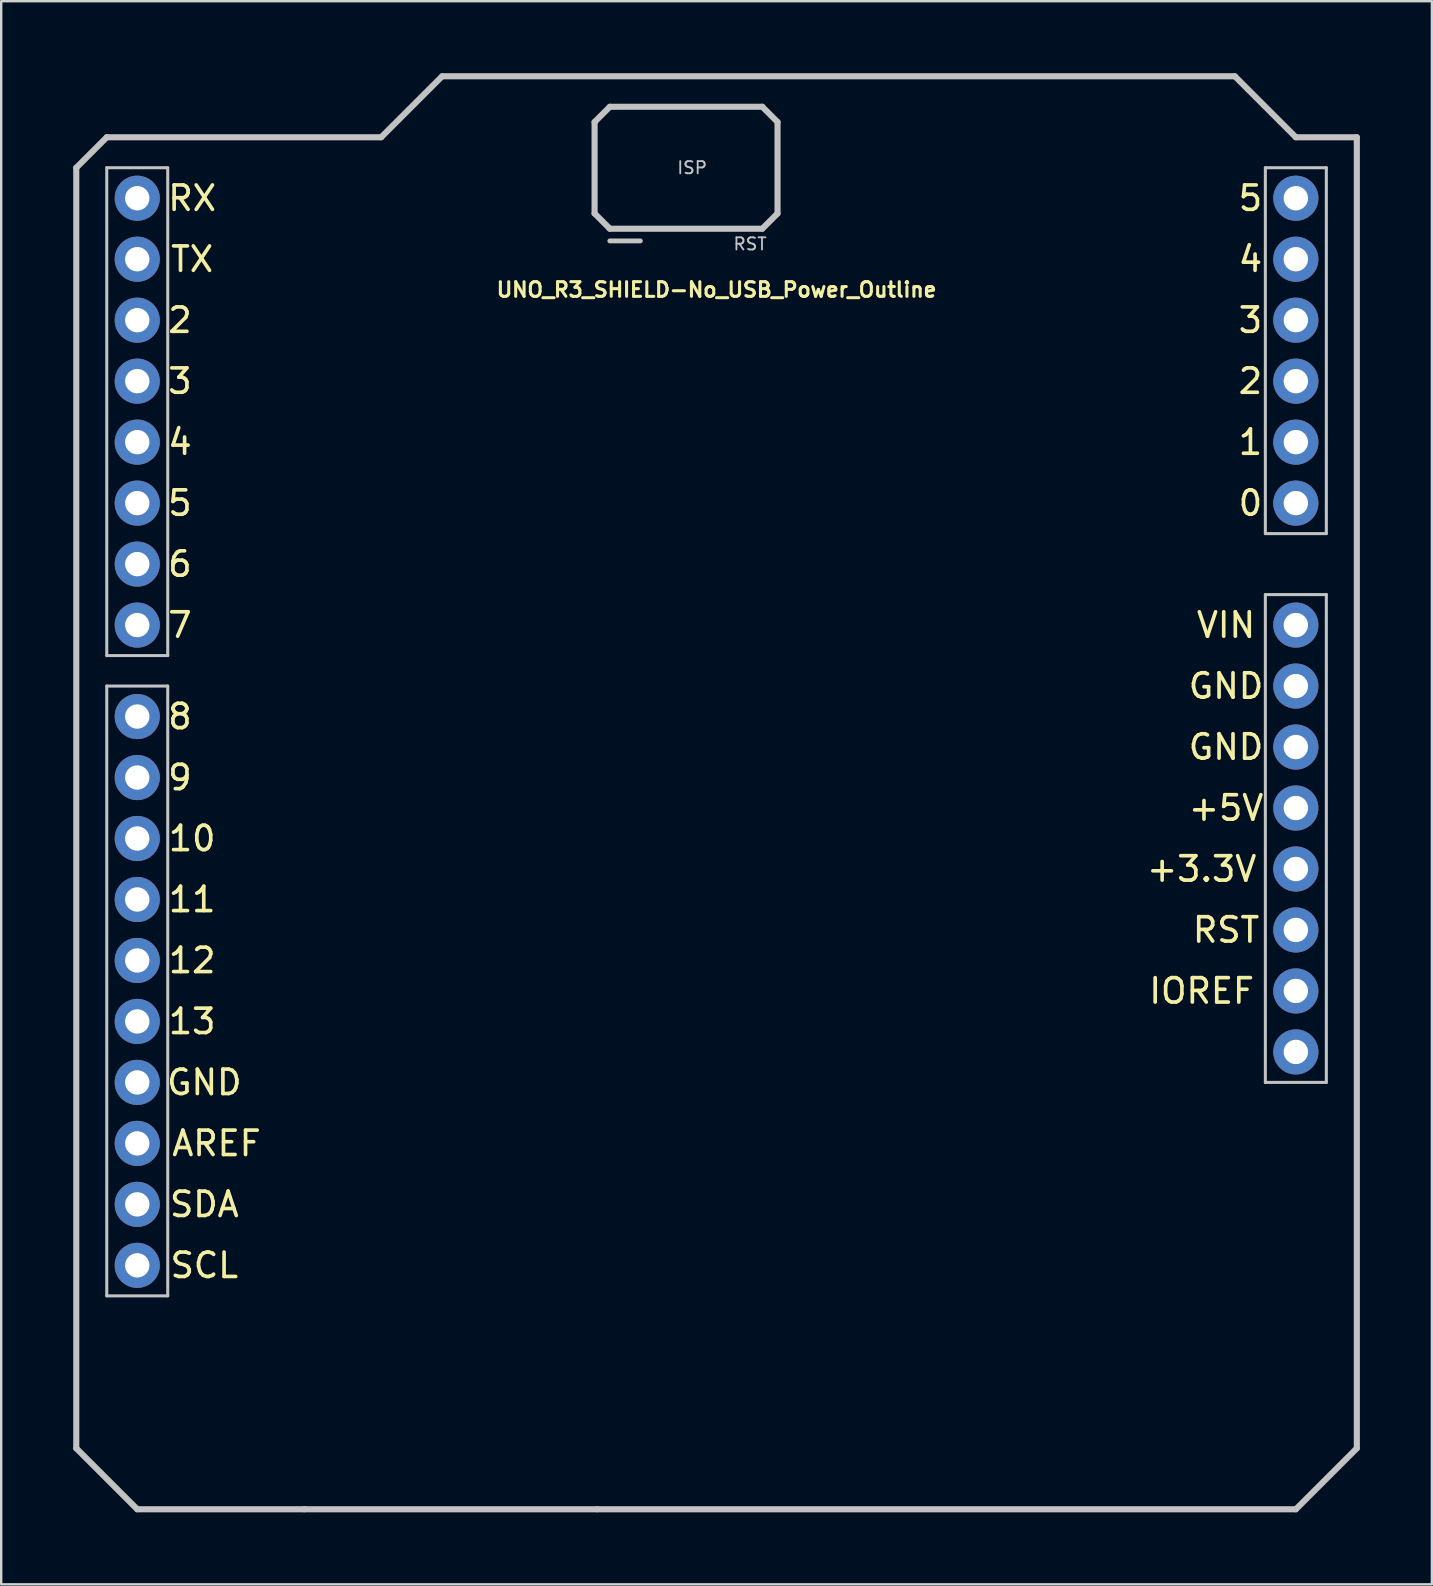
<source format=kicad_pcb>
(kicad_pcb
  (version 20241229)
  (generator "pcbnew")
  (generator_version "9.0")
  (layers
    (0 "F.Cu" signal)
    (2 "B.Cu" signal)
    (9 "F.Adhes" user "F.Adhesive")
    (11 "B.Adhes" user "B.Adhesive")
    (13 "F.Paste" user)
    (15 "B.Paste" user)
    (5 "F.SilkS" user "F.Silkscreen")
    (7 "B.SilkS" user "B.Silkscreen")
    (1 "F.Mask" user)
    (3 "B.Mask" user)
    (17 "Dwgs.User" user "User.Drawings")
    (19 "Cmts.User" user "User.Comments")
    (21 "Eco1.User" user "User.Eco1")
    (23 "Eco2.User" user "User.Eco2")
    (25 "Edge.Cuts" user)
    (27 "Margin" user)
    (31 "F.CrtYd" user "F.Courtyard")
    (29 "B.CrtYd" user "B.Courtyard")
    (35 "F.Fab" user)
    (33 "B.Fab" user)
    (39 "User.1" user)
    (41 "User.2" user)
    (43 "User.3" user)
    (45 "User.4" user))
  (footprint "UNO_R3_SHIELD-No_USB_Power_Outline"
    (layer "F.Cu")
    (at 26.797 30.607)
    (property "Reference" "UNO_R3_SHIELD-No_USB_Power_Outline" (at 0 -21.59 0) (layer "F.SilkS") (effects (font (size 0.61 0.61) (thickness 0.127))))
    (attr exclude_from_pos_files exclude_from_bom)
    (fp_line (start -26.67 -26.67) (end -26.67 26.67) (stroke (width 0.254) (type solid)) (layer "Dwgs.User"))
    (fp_line (start -26.67 26.67) (end -24.13 29.21) (stroke (width 0.254) (type solid)) (layer "Dwgs.User"))
    (fp_line (start -25.4 -27.94) (end -26.67 -26.67) (stroke (width 0.254) (type solid)) (layer "Dwgs.User"))
    (fp_line (start -25.4 -26.67) (end -22.86 -26.67) (stroke (width 0.127) (type solid)) (layer "Dwgs.User"))
    (fp_line (start -25.4 -6.35) (end -25.4 -26.67) (stroke (width 0.127) (type solid)) (layer "Dwgs.User"))
    (fp_line (start -25.4 -5.08) (end -22.86 -5.08) (stroke (width 0.127) (type solid)) (layer "Dwgs.User"))
    (fp_line (start -25.4 20.32) (end -25.4 -5.08) (stroke (width 0.127) (type solid)) (layer "Dwgs.User"))
    (fp_line (start -24.13 29.21) (end -17.168 29.21) (stroke (width 0.254) (type solid)) (layer "Dwgs.User"))
    (fp_line (start -22.86 -26.67) (end -22.86 -6.35) (stroke (width 0.127) (type solid)) (layer "Dwgs.User"))
    (fp_line (start -22.86 -6.35) (end -25.4 -6.35) (stroke (width 0.127) (type solid)) (layer "Dwgs.User"))
    (fp_line (start -22.86 -5.08) (end -22.86 20.32) (stroke (width 0.127) (type solid)) (layer "Dwgs.User"))
    (fp_line (start -22.86 20.32) (end -25.4 20.32) (stroke (width 0.127) (type solid)) (layer "Dwgs.User"))
    (fp_line (start -17.168 29.21) (end -4.968 29.21) (stroke (width 0.254) (type solid)) (layer "Dwgs.User"))
    (fp_line (start -13.97 -27.94) (end -25.4 -27.94) (stroke (width 0.254) (type solid)) (layer "Dwgs.User"))
    (fp_line (start -11.43 -30.48) (end -13.97 -27.94) (stroke (width 0.254) (type solid)) (layer "Dwgs.User"))
    (fp_line (start -5.08 -28.575) (end -4.445 -29.21) (stroke (width 0.254) (type solid)) (layer "Dwgs.User"))
    (fp_line (start -5.08 -24.765) (end -5.08 -28.575) (stroke (width 0.254) (type solid)) (layer "Dwgs.User"))
    (fp_line (start -4.968 29.21) (end 24.13 29.21) (stroke (width 0.254) (type solid)) (layer "Dwgs.User"))
    (fp_line (start -4.445 -29.21) (end 1.905 -29.21) (stroke (width 0.254) (type solid)) (layer "Dwgs.User"))
    (fp_line (start -4.445 -24.13) (end -5.08 -24.765) (stroke (width 0.254) (type solid)) (layer "Dwgs.User"))
    (fp_line (start -3.175 -23.622) (end -4.445 -23.622) (stroke (width 0.203) (type solid)) (layer "Dwgs.User"))
    (fp_line (start 1.905 -29.21) (end 2.54 -28.575) (stroke (width 0.254) (type solid)) (layer "Dwgs.User"))
    (fp_line (start 1.905 -24.13) (end -4.445 -24.13) (stroke (width 0.254) (type solid)) (layer "Dwgs.User"))
    (fp_line (start 2.54 -28.575) (end 2.54 -24.765) (stroke (width 0.254) (type solid)) (layer "Dwgs.User"))
    (fp_line (start 2.54 -24.765) (end 1.905 -24.13) (stroke (width 0.254) (type solid)) (layer "Dwgs.User"))
    (fp_line (start 21.59 -30.48) (end -11.43 -30.48) (stroke (width 0.254) (type solid)) (layer "Dwgs.User"))
    (fp_line (start 22.86 -26.67) (end 25.4 -26.67) (stroke (width 0.127) (type solid)) (layer "Dwgs.User"))
    (fp_line (start 22.86 -11.43) (end 22.86 -26.67) (stroke (width 0.127) (type solid)) (layer "Dwgs.User"))
    (fp_line (start 22.86 -8.89) (end 22.86 11.43) (stroke (width 0.127) (type solid)) (layer "Dwgs.User"))
    (fp_line (start 22.86 11.43) (end 25.4 11.43) (stroke (width 0.127) (type solid)) (layer "Dwgs.User"))
    (fp_line (start 24.13 -27.94) (end 21.59 -30.48) (stroke (width 0.254) (type solid)) (layer "Dwgs.User"))
    (fp_line (start 24.13 29.21) (end 26.67 26.67) (stroke (width 0.254) (type solid)) (layer "Dwgs.User"))
    (fp_line (start 25.4 -26.67) (end 25.4 -11.43) (stroke (width 0.127) (type solid)) (layer "Dwgs.User"))
    (fp_line (start 25.4 -11.43) (end 22.86 -11.43) (stroke (width 0.127) (type solid)) (layer "Dwgs.User"))
    (fp_line (start 25.4 -8.89) (end 22.86 -8.89) (stroke (width 0.127) (type solid)) (layer "Dwgs.User"))
    (fp_line (start 25.4 11.43) (end 25.4 -8.89) (stroke (width 0.127) (type solid)) (layer "Dwgs.User"))
    (fp_line (start 26.67 -27.94) (end 24.13 -27.94) (stroke (width 0.254) (type solid)) (layer "Dwgs.User"))
    (fp_line (start 26.67 26.67) (end 26.67 -27.94) (stroke (width 0.254) (type solid)) (layer "Dwgs.User"))
    (fp_text user "6" (at -22.352 -10.16 0) (layer "F.SilkS") (effects (font (size 1.016 1.016) (thickness 0.152))))
    (fp_text user "13" (at -21.844 8.89 0) (layer "F.SilkS") (effects (font (size 1.016 1.016) (thickness 0.152))))
    (fp_text user "VIN" (at 21.222 -7.62 180) (layer "F.SilkS") (effects (font (size 1.016 1.016) (thickness 0.152))))
    (fp_text user "0" (at 22.238 -12.7 180) (layer "F.SilkS") (effects (font (size 1.016 1.016) (thickness 0.152))))
    (fp_text user "+3.3V" (at 20.206 2.54 180) (layer "F.SilkS") (effects (font (size 1.016 1.016) (thickness 0.152))))
    (fp_text user "4" (at 22.238 -22.86 180) (layer "F.SilkS") (effects (font (size 1.016 1.016) (thickness 0.152))))
    (fp_text user "5" (at -22.352 -12.7 0) (layer "F.SilkS") (effects (font (size 1.016 1.016) (thickness 0.152))))
    (fp_text user "7" (at -22.352 -7.62 0) (layer "F.SilkS") (effects (font (size 1.016 1.016) (thickness 0.152))))
    (fp_text user "GND" (at 21.222 -5.08 180) (layer "F.SilkS") (effects (font (size 1.016 1.016) (thickness 0.152))))
    (fp_text user "RX" (at -21.844 -25.4 0) (layer "F.SilkS") (effects (font (size 1.016 1.016) (thickness 0.152))))
    (fp_text user "TX" (at -21.844 -22.86 0) (layer "F.SilkS") (effects (font (size 1.016 1.016) (thickness 0.152))))
    (fp_text user "4" (at -22.352 -15.24 0) (layer "F.SilkS") (effects (font (size 1.016 1.016) (thickness 0.152))))
    (fp_text user "RST" (at 21.222 5.08 180) (layer "F.SilkS") (effects (font (size 1.016 1.016) (thickness 0.152))))
    (fp_text user "2" (at -22.352 -20.32 0) (layer "F.SilkS") (effects (font (size 1.016 1.016) (thickness 0.152))))
    (fp_text user "IOREF" (at 20.206 7.62 180) (layer "F.SilkS") (effects (font (size 1.016 1.016) (thickness 0.152))))
    (fp_text user "11" (at -21.844 3.81 0) (layer "F.SilkS") (effects (font (size 1.016 1.016) (thickness 0.152))))
    (fp_text user "AREF" (at -20.828 13.97 0) (layer "F.SilkS") (effects (font (size 1.016 1.016) (thickness 0.152))))
    (fp_text user "1" (at 22.238 -15.24 180) (layer "F.SilkS") (effects (font (size 1.016 1.016) (thickness 0.152))))
    (fp_text user "SDA" (at -21.336 16.51 0) (layer "F.SilkS") (effects (font (size 1.016 1.016) (thickness 0.152))))
    (fp_text user "GND" (at -21.336 11.43 0) (layer "F.SilkS") (effects (font (size 1.016 1.016) (thickness 0.152))))
    (fp_text user "2" (at 22.238 -17.78 180) (layer "F.SilkS") (effects (font (size 1.016 1.016) (thickness 0.152))))
    (fp_text user "9" (at -22.352 -1.27 0) (layer "F.SilkS") (effects (font (size 1.016 1.016) (thickness 0.152))))
    (fp_text user "SCL" (at -21.336 19.05 0) (layer "F.SilkS") (effects (font (size 1.016 1.016) (thickness 0.152))))
    (fp_text user "GND" (at 21.222 -2.54 180) (layer "F.SilkS") (effects (font (size 1.016 1.016) (thickness 0.152))))
    (fp_text user "8" (at -22.352 -3.81 0) (layer "F.SilkS") (effects (font (size 1.016 1.016) (thickness 0.152))))
    (fp_text user "10" (at -21.844 1.27 0) (layer "F.SilkS") (effects (font (size 1.016 1.016) (thickness 0.152))))
    (fp_text user "5" (at 22.238 -25.4 180) (layer "F.SilkS") (effects (font (size 1.016 1.016) (thickness 0.152))))
    (fp_text user "12" (at -21.844 6.35 0) (layer "F.SilkS") (effects (font (size 1.016 1.016) (thickness 0.152))))
    (fp_text user "3" (at -22.352 -17.78 0) (layer "F.SilkS") (effects (font (size 1.016 1.016) (thickness 0.152))))
    (fp_text user "+5V" (at 21.222 0 180) (layer "F.SilkS") (effects (font (size 1.016 1.016) (thickness 0.152))))
    (fp_text user "3" (at 22.238 -20.32 180) (layer "F.SilkS") (effects (font (size 1.016 1.016) (thickness 0.152))))
    (fp_text user "ISP" (at -1.016 -26.67 0) (layer "Dwgs.User") (effects (font (size 0.508 0.508) (thickness 0.076))))
    (fp_text user "RST" (at 1.397 -23.495 0) (layer "Dwgs.User") (effects (font (size 0.508 0.508) (thickness 0.076))))
    (pad "3.3V" thru_hole circle (at 24.13 2.54) (size 1.88 1.88) (drill 1.016) (layers "*.Cu" "*.Mask"))
    (pad "5V" thru_hole circle (at 24.13 0) (size 1.88 1.88) (drill 1.016) (layers "*.Cu" "*.Mask"))
    (pad "A0" thru_hole circle (at 24.13 -12.7) (size 1.88 1.88) (drill 1.016) (layers "*.Cu" "*.Mask"))
    (pad "A1" thru_hole circle (at 24.13 -15.24) (size 1.88 1.88) (drill 1.016) (layers "*.Cu" "*.Mask"))
    (pad "A2" thru_hole circle (at 24.13 -17.78) (size 1.88 1.88) (drill 1.016) (layers "*.Cu" "*.Mask"))
    (pad "A3" thru_hole circle (at 24.13 -20.32) (size 1.88 1.88) (drill 1.016) (layers "*.Cu" "*.Mask"))
    (pad "A4" thru_hole circle (at 24.13 -22.86) (size 1.88 1.88) (drill 1.016) (layers "*.Cu" "*.Mask"))
    (pad "A5" thru_hole circle (at 24.13 -25.4) (size 1.88 1.88) (drill 1.016) (layers "*.Cu" "*.Mask"))
    (pad "AREF" thru_hole circle (at -24.13 13.97) (size 1.88 1.88) (drill 1.016) (layers "*.Cu" "*.Mask"))
    (pad "D2" thru_hole circle (at -24.13 -20.32) (size 1.88 1.88) (drill 1.016) (layers "*.Cu" "*.Mask"))
    (pad "D3" thru_hole circle (at -24.13 -17.78) (size 1.88 1.88) (drill 1.016) (layers "*.Cu" "*.Mask"))
    (pad "D4" thru_hole circle (at -24.13 -15.24) (size 1.88 1.88) (drill 1.016) (layers "*.Cu" "*.Mask"))
    (pad "D5" thru_hole circle (at -24.13 -12.7) (size 1.88 1.88) (drill 1.016) (layers "*.Cu" "*.Mask"))
    (pad "D6" thru_hole circle (at -24.13 -10.16) (size 1.88 1.88) (drill 1.016) (layers "*.Cu" "*.Mask"))
    (pad "D7" thru_hole circle (at -24.13 -7.62) (size 1.88 1.88) (drill 1.016) (layers "*.Cu" "*.Mask"))
    (pad "D8" thru_hole circle (at -24.13 -3.81) (size 1.88 1.88) (drill 1.016) (layers "*.Cu" "*.Mask"))
    (pad "D9" thru_hole circle (at -24.13 -1.27) (size 1.88 1.88) (drill 1.016) (layers "*.Cu" "*.Mask"))
    (pad "D10" thru_hole circle (at -24.13 1.27) (size 1.88 1.88) (drill 1.016) (layers "*.Cu" "*.Mask"))
    (pad "D11" thru_hole circle (at -24.13 3.81) (size 1.88 1.88) (drill 1.016) (layers "*.Cu" "*.Mask"))
    (pad "D12" thru_hole circle (at -24.13 6.35) (size 1.88 1.88) (drill 1.016) (layers "*.Cu" "*.Mask"))
    (pad "D13" thru_hole circle (at -24.13 8.89) (size 1.88 1.88) (drill 1.016) (layers "*.Cu" "*.Mask"))
    (pad "GND_1" thru_hole circle (at 24.13 -5.08) (size 1.88 1.88) (drill 1.016) (layers "*.Cu" "*.Mask"))
    (pad "GND_2" thru_hole circle (at 24.13 -2.54) (size 1.88 1.88) (drill 1.016) (layers "*.Cu" "*.Mask"))
    (pad "GND_3" thru_hole circle (at -24.13 11.43) (size 1.88 1.88) (drill 1.016) (layers "*.Cu" "*.Mask"))
    (pad "IORE" thru_hole circle (at 24.13 7.62) (size 1.88 1.88) (drill 1.016) (layers "*.Cu" "*.Mask"))
    (pad "NC" thru_hole circle (at 24.13 10.16) (size 1.88 1.88) (drill 1.016) (layers "*.Cu" "*.Mask"))
    (pad "RES" thru_hole circle (at 24.13 5.08) (size 1.88 1.88) (drill 1.016) (layers "*.Cu" "*.Mask"))
    (pad "RX" thru_hole circle (at -24.13 -25.4) (size 1.88 1.88) (drill 1.016) (layers "*.Cu" "*.Mask"))
    (pad "SCL" thru_hole circle (at -24.13 19.05) (size 1.88 1.88) (drill 1.016) (layers "*.Cu" "*.Mask"))
    (pad "SDA" thru_hole circle (at -24.13 16.51) (size 1.88 1.88) (drill 1.016) (layers "*.Cu" "*.Mask"))
    (pad "TX" thru_hole circle (at -24.13 -22.86) (size 1.88 1.88) (drill 1.016) (layers "*.Cu" "*.Mask"))
    (pad "VIN" thru_hole circle (at 24.13 -7.62) (size 1.88 1.88) (drill 1.016) (layers "*.Cu" "*.Mask")))
  (gr_rect
    (start -3 -3)
    (end 56.594 62.944)
    (stroke (width 0.1) (type default))
    (fill no)
    (layer "Edge.Cuts")))
</source>
